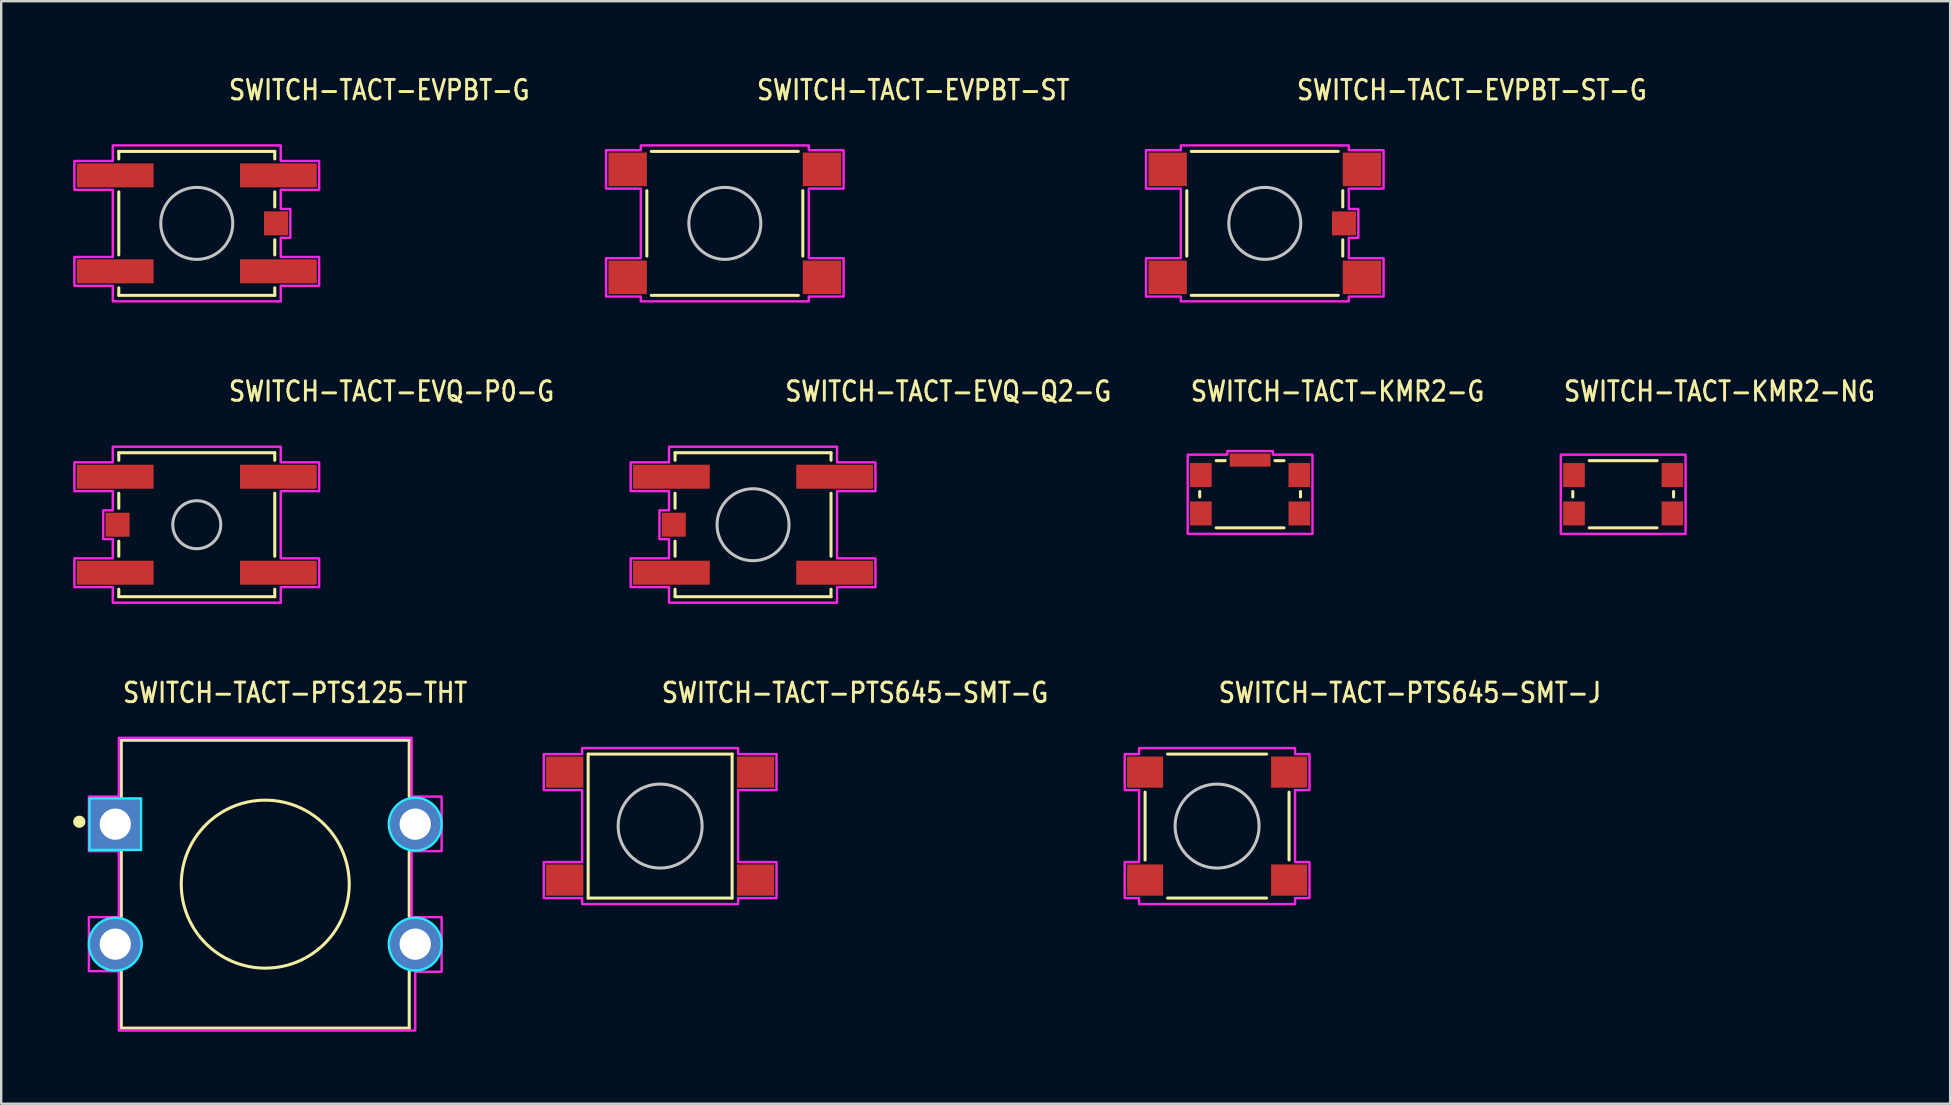
<source format=kicad_pcb>
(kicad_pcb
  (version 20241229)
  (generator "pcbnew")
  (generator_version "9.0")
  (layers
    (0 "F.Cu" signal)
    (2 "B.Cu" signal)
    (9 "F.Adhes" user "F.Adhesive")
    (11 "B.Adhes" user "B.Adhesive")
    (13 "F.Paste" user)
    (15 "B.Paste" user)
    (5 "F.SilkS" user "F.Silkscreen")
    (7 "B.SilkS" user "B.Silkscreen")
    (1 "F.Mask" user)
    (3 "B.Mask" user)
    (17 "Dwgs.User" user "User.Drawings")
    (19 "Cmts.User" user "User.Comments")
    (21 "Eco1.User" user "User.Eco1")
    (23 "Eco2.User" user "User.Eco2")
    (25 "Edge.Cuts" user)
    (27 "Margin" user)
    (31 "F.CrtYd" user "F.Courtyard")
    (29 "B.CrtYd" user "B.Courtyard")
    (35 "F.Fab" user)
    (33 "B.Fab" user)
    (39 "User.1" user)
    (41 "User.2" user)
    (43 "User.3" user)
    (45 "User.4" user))
  (footprint "SWITCH-TACT-PTS645-SMT-G"
    (layer "F.Cu")
    (at 24.46 31.376)
    (property "Reference" "SWITCH-TACT-PTS645-SMT-G" (at 0 -5.08 0) (unlocked yes) (layer "F.SilkS") (effects (font (size 0.813 0.695) (thickness 0.122)) (justify left bottom)))
    (fp_line (start -3 -3) (end -3 3) (stroke (width 0.127) (type solid)) (layer "F.SilkS"))
    (fp_line (start -3 -3) (end 3 -3) (stroke (width 0.127) (type solid)) (layer "F.SilkS"))
    (fp_line (start -3 3) (end 3 3) (stroke (width 0.127) (type solid)) (layer "F.SilkS"))
    (fp_line (start 3 3) (end 3 -3) (stroke (width 0.127) (type solid)) (layer "F.SilkS"))
    (fp_circle (center 0 0) (end 1.75 0) (stroke (width 0.127) (type solid)) (fill no) (layer "Dwgs.User"))
    (fp_poly (pts (xy -4.85 -3) (xy -3.25 -3) (xy -3.25 -3.25) (xy 3.25 -3.25) (xy 3.25 -3) (xy 4.85 -3) (xy 4.85 -1.5) (xy 3.25 -1.5) (xy 3.25 1.5) (xy 4.85 1.5) (xy 4.85 3) (xy 3.25 3) (xy 3.25 3.25) (xy -3.25 3.25) (xy -3.25 3) (xy -4.85 3) (xy -4.85 1.5) (xy -3.25 1.5) (xy -3.25 -1.5) (xy -4.85 -1.5)) (stroke (width 0.1) (type solid)) (fill no) (layer "F.CrtYd"))
    (pad "1" smd rect (at -3.975 -2.25) (size 1.55 1.3) (layers "F.Cu" "F.Mask" "F.Paste"))
    (pad "2" smd rect (at 3.975 -2.25) (size 1.55 1.3) (layers "F.Cu" "F.Mask" "F.Paste"))
    (pad "3" smd rect (at -3.975 2.25) (size 1.55 1.3) (layers "F.Cu" "F.Mask" "F.Paste"))
    (pad "4" smd rect (at 3.975 2.25) (size 1.55 1.3) (layers "F.Cu" "F.Mask" "F.Paste")))
  (footprint "SWITCH-TACT-EVQ-P0-G"
    (layer "F.Cu")
    (at 5.15 18.817)
    (property "Reference" "SWITCH-TACT-EVQ-P0-G" (at 1.27 -5.08 0) (unlocked yes) (layer "F.SilkS") (effects (font (size 0.813 0.695) (thickness 0.122)) (justify left bottom)))
    (fp_line (start -3.25 -3) (end -3.25 -2.687) (stroke (width 0.127) (type solid)) (layer "F.SilkS"))
    (fp_line (start -3.25 -3) (end 3.25 -3) (stroke (width 0.127) (type solid)) (layer "F.SilkS"))
    (fp_line (start -3.25 -1.313) (end -3.25 -0.686) (stroke (width 0.127) (type solid)) (layer "F.SilkS"))
    (fp_line (start -3.25 1.313) (end -3.25 0.686) (stroke (width 0.127) (type solid)) (layer "F.SilkS"))
    (fp_line (start -3.25 3) (end -3.25 2.687) (stroke (width 0.127) (type solid)) (layer "F.SilkS"))
    (fp_line (start 3.25 -3) (end 3.25 -2.687) (stroke (width 0.127) (type solid)) (layer "F.SilkS"))
    (fp_line (start 3.25 -1.313) (end 3.25 1.313) (stroke (width 0.127) (type solid)) (layer "F.SilkS"))
    (fp_line (start 3.25 3) (end -3.25 3) (stroke (width 0.127) (type solid)) (layer "F.SilkS"))
    (fp_line (start 3.25 3) (end 3.25 2.687) (stroke (width 0.127) (type solid)) (layer "F.SilkS"))
    (fp_circle (center 0 0) (end 1 0) (stroke (width 0.127) (type solid)) (fill no) (layer "Dwgs.User"))
    (fp_poly (pts (xy -5.1 -2.6) (xy -3.5 -2.6) (xy -3.5 -3.25) (xy 3.5 -3.25) (xy 3.5 -2.6) (xy 5.1 -2.6) (xy 5.1 -1.4) (xy 3.5 -1.4) (xy 3.5 1.4) (xy 5.1 1.4) (xy 5.1 2.6) (xy 3.5 2.6) (xy 3.5 3.25) (xy -3.5 3.25) (xy -3.5 2.6) (xy -5.1 2.6) (xy -5.1 1.4) (xy -3.5 1.4) (xy -3.5 0.6) (xy -3.9 0.6) (xy -3.9 -0.6) (xy -3.5 -0.6) (xy -3.5 -1.4) (xy -5.1 -1.4)) (stroke (width 0.1) (type solid)) (fill no) (layer "F.CrtYd"))
    (pad "A" smd rect (at 3.4 2) (size 3.2 1) (layers "F.Cu" "F.Mask" "F.Paste"))
    (pad "A'" smd rect (at -3.4 2) (size 3.2 1) (layers "F.Cu" "F.Mask" "F.Paste"))
    (pad "B" smd rect (at 3.4 -2) (size 3.2 1) (layers "F.Cu" "F.Mask" "F.Paste"))
    (pad "B'" smd rect (at -3.4 -2) (size 3.2 1) (layers "F.Cu" "F.Mask" "F.Paste"))
    (pad "SHELL" smd rect (at -3.3 0) (size 1 1) (layers "F.Cu" "F.Mask" "F.Paste")))
  (footprint "SWITCH-TACT-EVPBT-G"
    (layer "F.Cu")
    (at 5.15 6.259)
    (property "Reference" "SWITCH-TACT-EVPBT-G" (at 1.27 -5.08 0) (unlocked yes) (layer "F.SilkS") (effects (font (size 0.813 0.695) (thickness 0.122)) (justify left bottom)))
    (fp_line (start -3.25 -3) (end -3.25 -2.687) (stroke (width 0.127) (type solid)) (layer "F.SilkS"))
    (fp_line (start -3.25 -3) (end 3.25 -3) (stroke (width 0.127) (type solid)) (layer "F.SilkS"))
    (fp_line (start -3.25 -1.313) (end -3.25 1.313) (stroke (width 0.127) (type solid)) (layer "F.SilkS"))
    (fp_line (start -3.25 3) (end -3.25 2.687) (stroke (width 0.127) (type solid)) (layer "F.SilkS"))
    (fp_line (start 3.25 -3) (end 3.25 -2.687) (stroke (width 0.127) (type solid)) (layer "F.SilkS"))
    (fp_line (start 3.25 -1.313) (end 3.25 -0.686) (stroke (width 0.127) (type solid)) (layer "F.SilkS"))
    (fp_line (start 3.25 1.313) (end 3.25 0.686) (stroke (width 0.127) (type solid)) (layer "F.SilkS"))
    (fp_line (start 3.25 3) (end -3.25 3) (stroke (width 0.127) (type solid)) (layer "F.SilkS"))
    (fp_line (start 3.25 3) (end 3.25 2.687) (stroke (width 0.127) (type solid)) (layer "F.SilkS"))
    (fp_circle (center 0 0) (end 1.5 0) (stroke (width 0.127) (type solid)) (fill no) (layer "Dwgs.User"))
    (fp_poly (pts (xy -5.1 -2.6) (xy -3.5 -2.6) (xy -3.5 -3.25) (xy 3.5 -3.25) (xy 3.5 -2.6) (xy 5.1 -2.6) (xy 5.1 -1.4) (xy 3.5 -1.4) (xy 3.5 -0.6) (xy 3.9 -0.6) (xy 3.9 0.6) (xy 3.5 0.6) (xy 3.5 1.4) (xy 5.1 1.4) (xy 5.1 2.6) (xy 3.5 2.6) (xy 3.5 3.25) (xy -3.5 3.25) (xy -3.5 2.6) (xy -5.1 2.6) (xy -5.1 1.4) (xy -3.5 1.4) (xy -3.5 -1.4) (xy -5.1 -1.4)) (stroke (width 0.1) (type solid)) (fill no) (layer "F.CrtYd"))
    (pad "A" smd rect (at 3.4 2) (size 3.2 1) (layers "F.Cu" "F.Mask" "F.Paste"))
    (pad "A'" smd rect (at -3.4 2) (size 3.2 1) (layers "F.Cu" "F.Mask" "F.Paste"))
    (pad "B" smd rect (at 3.4 -2) (size 3.2 1) (layers "F.Cu" "F.Mask" "F.Paste"))
    (pad "B'" smd rect (at -3.4 -2) (size 3.2 1) (layers "F.Cu" "F.Mask" "F.Paste"))
    (pad "SHELL" smd rect (at 3.3 0) (size 1 1) (layers "F.Cu" "F.Mask" "F.Paste")))
  (footprint "SWITCH-TACT-PTS125-THT"
    (layer "F.Cu")
    (at 8.004 33.796)
    (property "Reference" "SWITCH-TACT-PTS125-THT" (at -6 -7.5 0) (unlocked yes) (layer "F.SilkS") (effects (font (size 0.813 0.695) (thickness 0.122)) (justify left bottom)))
    (fp_line (start -6 -6) (end 6 -6) (stroke (width 0.127) (type solid)) (layer "F.SilkS"))
    (fp_line (start -6 -3.65) (end -6 -6) (stroke (width 0.127) (type solid)) (layer "F.SilkS"))
    (fp_line (start -6 1.35) (end -6 -1.35) (stroke (width 0.127) (type solid)) (layer "F.SilkS"))
    (fp_line (start -6 6) (end -6 3.634) (stroke (width 0.127) (type solid)) (layer "F.SilkS"))
    (fp_line (start 6 -6) (end 6 -3.65) (stroke (width 0.127) (type solid)) (layer "F.SilkS"))
    (fp_line (start 6 -1.35) (end 6 1.35) (stroke (width 0.127) (type solid)) (layer "F.SilkS"))
    (fp_line (start 6 3.65) (end 6 6) (stroke (width 0.127) (type solid)) (layer "F.SilkS"))
    (fp_line (start 6 6) (end -6 6) (stroke (width 0.127) (type solid)) (layer "F.SilkS"))
    (fp_circle (center -7.75 -2.6) (end -7.496 -2.6) (stroke (width 0) (type solid)) (fill yes) (layer "F.SilkS"))
    (fp_circle (center 0 0) (end 3.5 0) (stroke (width 0.127) (type solid)) (fill no) (layer "F.SilkS"))
    (fp_circle (center -6.25 2.5) (end -5.15 2.5) (stroke (width 0.1) (type solid)) (fill no) (layer "B.CrtYd"))
    (fp_circle (center 6.25 -2.5) (end 7.35 -2.5) (stroke (width 0.1) (type solid)) (fill no) (layer "B.CrtYd"))
    (fp_circle (center 6.25 2.5) (end 7.35 2.5) (stroke (width 0.1) (type solid)) (fill no) (layer "B.CrtYd"))
    (fp_poly (pts (xy -7.325 -3.575) (xy -5.175 -3.575) (xy -5.175 -1.425) (xy -7.325 -1.425)) (stroke (width 0.1) (type solid)) (fill no) (layer "B.CrtYd"))
    (fp_poly (pts (xy -7.35 -3.65) (xy -6.1 -3.65) (xy -6.1 -6.1) (xy 6.1 -6.1) (xy 6.1 -3.65) (xy 7.35 -3.65) (xy 7.35 -1.375) (xy 6.1 -1.375) (xy 6.1 1.375) (xy 7.35 1.375) (xy 7.35 3.65) (xy 6.25 3.65) (xy 6.25 6.1) (xy -6.1 6.1) (xy -6.1 3.625) (xy -7.35 3.625) (xy -7.35 1.375) (xy -6.1 1.375) (xy -6.1 -1.375) (xy -7.35 -1.375)) (stroke (width 0.1) (type solid)) (fill no) (layer "F.CrtYd"))
    (pad "1" thru_hole rect (at -6.25 -2.5) (size 2.167 2.167) (drill 1.3) (layers "*.Cu" "*.Mask"))
    (pad "2" thru_hole oval (at 6.25 -2.5) (size 2.167 2.167) (drill 1.3) (layers "*.Cu" "*.Mask"))
    (pad "3" thru_hole oval (at -6.25 2.5) (size 2.167 2.167) (drill 1.3) (layers "*.Cu" "*.Mask"))
    (pad "4" thru_hole oval (at 6.25 2.5) (size 2.167 2.167) (drill 1.3) (layers "*.Cu" "*.Mask")))
  (footprint "SWITCH-TACT-PTS645-SMT-J"
    (layer "F.Cu")
    (at 47.67 31.376)
    (property "Reference" "SWITCH-TACT-PTS645-SMT-J" (at 0 -5.08 0) (unlocked yes) (layer "F.SilkS") (effects (font (size 0.813 0.695) (thickness 0.122)) (justify left bottom)))
    (fp_line (start -3 -1.413) (end -3 1.413) (stroke (width 0.127) (type solid)) (layer "F.SilkS"))
    (fp_line (start -2.063 -3) (end 2.063 -3) (stroke (width 0.127) (type solid)) (layer "F.SilkS"))
    (fp_line (start -2.063 3) (end 2.063 3) (stroke (width 0.127) (type solid)) (layer "F.SilkS"))
    (fp_line (start 3 -1.413) (end 3 1.413) (stroke (width 0.127) (type solid)) (layer "F.SilkS"))
    (fp_circle (center 0 0) (end 1.75 0) (stroke (width 0.127) (type solid)) (fill no) (layer "Dwgs.User"))
    (fp_poly (pts (xy -3.85 -3) (xy -3.25 -3) (xy -3.25 -3.25) (xy 3.25 -3.25) (xy 3.25 -3) (xy 3.85 -3) (xy 3.85 -1.5) (xy 3.25 -1.5) (xy 3.25 1.5) (xy 3.85 1.5) (xy 3.85 3) (xy 3.25 3) (xy 3.25 3.25) (xy -3.25 3.25) (xy -3.25 3) (xy -3.85 3) (xy -3.85 1.5) (xy -3.25 1.5) (xy -3.25 -1.5) (xy -3.85 -1.5)) (stroke (width 0.1) (type solid)) (fill no) (layer "F.CrtYd"))
    (pad "A" smd rect (at -3 -2.25) (size 1.5 1.3) (layers "F.Cu" "F.Mask" "F.Paste"))
    (pad "B" smd rect (at 3 -2.25) (size 1.5 1.3) (layers "F.Cu" "F.Mask" "F.Paste"))
    (pad "C" smd rect (at -3 2.25) (size 1.5 1.3) (layers "F.Cu" "F.Mask" "F.Paste"))
    (pad "D" smd rect (at 3 2.25) (size 1.5 1.3) (layers "F.Cu" "F.Mask" "F.Paste")))
  (footprint "SWITCH-TACT-EVPBT-ST"
    (layer "F.Cu")
    (at 27.156 6.259)
    (property "Reference" "SWITCH-TACT-EVPBT-ST" (at 1.27 -5.08 0) (unlocked yes) (layer "F.SilkS") (effects (font (size 0.813 0.695) (thickness 0.122)) (justify left bottom)))
    (fp_line (start -3.25 -1.363) (end -3.25 1.363) (stroke (width 0.127) (type solid)) (layer "F.SilkS"))
    (fp_line (start -3.063 -3) (end 3.063 -3) (stroke (width 0.127) (type solid)) (layer "F.SilkS"))
    (fp_line (start 3.063 3) (end -3.063 3) (stroke (width 0.127) (type solid)) (layer "F.SilkS"))
    (fp_line (start 3.25 -1.363) (end 3.25 1.363) (stroke (width 0.127) (type solid)) (layer "F.SilkS"))
    (fp_circle (center 0 0) (end 1.5 0) (stroke (width 0.127) (type solid)) (fill no) (layer "Dwgs.User"))
    (fp_poly (pts (xy -4.95 -3.05) (xy -3.5 -3.05) (xy -3.5 -3.25) (xy 3.5 -3.25) (xy 3.5 -3.05) (xy 4.95 -3.05) (xy 4.95 -1.45) (xy 3.5 -1.45) (xy 3.5 1.45) (xy 4.95 1.45) (xy 4.95 3.05) (xy 3.5 3.05) (xy 3.5 3.25) (xy -3.5 3.25) (xy -3.5 3.05) (xy -4.95 3.05) (xy -4.95 1.45) (xy -3.5 1.45) (xy -3.5 -1.45) (xy -4.95 -1.45)) (stroke (width 0.1) (type solid)) (fill no) (layer "F.CrtYd"))
    (pad "A" smd rect (at 4.05 2.25) (size 1.6 1.4) (layers "F.Cu" "F.Mask" "F.Paste"))
    (pad "A'" smd rect (at -4.05 2.25) (size 1.6 1.4) (layers "F.Cu" "F.Mask" "F.Paste"))
    (pad "B" smd rect (at 4.05 -2.25) (size 1.6 1.4) (layers "F.Cu" "F.Mask" "F.Paste"))
    (pad "B'" smd rect (at -4.05 -2.25) (size 1.6 1.4) (layers "F.Cu" "F.Mask" "F.Paste")))
  (footprint "SWITCH-TACT-KMR2-G"
    (layer "F.Cu")
    (at 49.046 17.547)
    (property "Reference" "SWITCH-TACT-KMR2-G" (at -2.54 -3.81 0) (unlocked yes) (layer "F.SilkS") (effects (font (size 0.813 0.695) (thickness 0.122)) (justify left bottom)))
    (fp_line (start -2.1 -0.114) (end -2.1 0.114) (stroke (width 0.127) (type solid)) (layer "F.SilkS"))
    (fp_line (start -1.413 -1.4) (end -1.036 -1.4) (stroke (width 0.127) (type solid)) (layer "F.SilkS"))
    (fp_line (start 1.036 -1.4) (end 1.413 -1.4) (stroke (width 0.127) (type solid)) (layer "F.SilkS"))
    (fp_line (start 1.413 1.4) (end -1.413 1.4) (stroke (width 0.127) (type solid)) (layer "F.SilkS"))
    (fp_line (start 2.1 -0.114) (end 2.1 0.114) (stroke (width 0.127) (type solid)) (layer "F.SilkS"))
    (fp_poly (pts (xy -2.6 -1.65) (xy -0.95 -1.65) (xy -0.95 -1.8) (xy 0.95 -1.8) (xy 0.95 -1.65) (xy 2.6 -1.65) (xy 2.6 1.65) (xy -2.6 1.65)) (stroke (width 0.1) (type solid)) (fill no) (layer "F.CrtYd"))
    (pad "1" smd rect (at 2.05 -0.8) (size 0.9 1) (layers "F.Cu" "F.Mask" "F.Paste"))
    (pad "2" smd rect (at 2.05 0.8) (size 0.9 1) (layers "F.Cu" "F.Mask" "F.Paste"))
    (pad "3" smd rect (at -2.05 0.8) (size 0.9 1) (layers "F.Cu" "F.Mask" "F.Paste"))
    (pad "4" smd rect (at -2.05 -0.8) (size 0.9 1) (layers "F.Cu" "F.Mask" "F.Paste"))
    (pad "5" smd rect (at 0 -1.425) (size 1.7 0.55) (layers "F.Cu" "F.Mask" "F.Paste")))
  (footprint "SWITCH-TACT-EVQ-Q2-G"
    (layer "F.Cu")
    (at 28.332 18.817)
    (property "Reference" "SWITCH-TACT-EVQ-Q2-G" (at 1.27 -5.08 0) (unlocked yes) (layer "F.SilkS") (effects (font (size 0.813 0.695) (thickness 0.122)) (justify left bottom)))
    (fp_line (start -3.25 -3) (end -3.25 -2.687) (stroke (width 0.127) (type solid)) (layer "F.SilkS"))
    (fp_line (start -3.25 -3) (end 3.25 -3) (stroke (width 0.127) (type solid)) (layer "F.SilkS"))
    (fp_line (start -3.25 -1.313) (end -3.25 -0.686) (stroke (width 0.127) (type solid)) (layer "F.SilkS"))
    (fp_line (start -3.25 1.313) (end -3.25 0.686) (stroke (width 0.127) (type solid)) (layer "F.SilkS"))
    (fp_line (start -3.25 3) (end -3.25 2.687) (stroke (width 0.127) (type solid)) (layer "F.SilkS"))
    (fp_line (start 3.25 -3) (end 3.25 -2.687) (stroke (width 0.127) (type solid)) (layer "F.SilkS"))
    (fp_line (start 3.25 -1.313) (end 3.25 1.313) (stroke (width 0.127) (type solid)) (layer "F.SilkS"))
    (fp_line (start 3.25 3) (end -3.25 3) (stroke (width 0.127) (type solid)) (layer "F.SilkS"))
    (fp_line (start 3.25 3) (end 3.25 2.687) (stroke (width 0.127) (type solid)) (layer "F.SilkS"))
    (fp_circle (center 0 0) (end 1.5 0) (stroke (width 0.127) (type solid)) (fill no) (layer "Dwgs.User"))
    (fp_poly (pts (xy -5.1 -2.6) (xy -3.5 -2.6) (xy -3.5 -3.25) (xy 3.5 -3.25) (xy 3.5 -2.6) (xy 5.1 -2.6) (xy 5.1 -1.4) (xy 3.5 -1.4) (xy 3.5 1.4) (xy 5.1 1.4) (xy 5.1 2.6) (xy 3.5 2.6) (xy 3.5 3.25) (xy -3.5 3.25) (xy -3.5 2.6) (xy -5.1 2.6) (xy -5.1 1.4) (xy -3.5 1.4) (xy -3.5 0.6) (xy -3.9 0.6) (xy -3.9 -0.6) (xy -3.5 -0.6) (xy -3.5 -1.4) (xy -5.1 -1.4)) (stroke (width 0.1) (type solid)) (fill no) (layer "F.CrtYd"))
    (pad "A" smd rect (at 3.4 2) (size 3.2 1) (layers "F.Cu" "F.Mask" "F.Paste"))
    (pad "A'" smd rect (at -3.4 2) (size 3.2 1) (layers "F.Cu" "F.Mask" "F.Paste"))
    (pad "B" smd rect (at 3.4 -2) (size 3.2 1) (layers "F.Cu" "F.Mask" "F.Paste"))
    (pad "B'" smd rect (at -3.4 -2) (size 3.2 1) (layers "F.Cu" "F.Mask" "F.Paste"))
    (pad "SHELL" smd rect (at -3.3 0) (size 1 1) (layers "F.Cu" "F.Mask" "F.Paste")))
  (footprint "SWITCH-TACT-KMR2-NG"
    (layer "F.Cu")
    (at 64.594 17.547)
    (property "Reference" "SWITCH-TACT-KMR2-NG" (at -2.54 -3.81 0) (unlocked yes) (layer "F.SilkS") (effects (font (size 0.813 0.695) (thickness 0.122)) (justify left bottom)))
    (fp_line (start -2.1 -0.114) (end -2.1 0.114) (stroke (width 0.127) (type solid)) (layer "F.SilkS"))
    (fp_line (start -1.413 -1.4) (end 1.413 -1.4) (stroke (width 0.127) (type solid)) (layer "F.SilkS"))
    (fp_line (start 1.413 1.4) (end -1.413 1.4) (stroke (width 0.127) (type solid)) (layer "F.SilkS"))
    (fp_line (start 2.1 -0.114) (end 2.1 0.114) (stroke (width 0.127) (type solid)) (layer "F.SilkS"))
    (fp_poly (pts (xy -2.6 -1.65) (xy 2.6 -1.65) (xy 2.6 1.65) (xy -2.6 1.65)) (stroke (width 0.1) (type solid)) (fill no) (layer "F.CrtYd"))
    (pad "1" smd rect (at 2.05 -0.8) (size 0.9 1) (layers "F.Cu" "F.Mask" "F.Paste"))
    (pad "2" smd rect (at 2.05 0.8) (size 0.9 1) (layers "F.Cu" "F.Mask" "F.Paste"))
    (pad "3" smd rect (at -2.05 0.8) (size 0.9 1) (layers "F.Cu" "F.Mask" "F.Paste"))
    (pad "4" smd rect (at -2.05 -0.8) (size 0.9 1) (layers "F.Cu" "F.Mask" "F.Paste")))
  (footprint "SWITCH-TACT-EVPBT-ST-G"
    (layer "F.Cu")
    (at 49.658 6.259)
    (property "Reference" "SWITCH-TACT-EVPBT-ST-G" (at 1.27 -5.08 0) (unlocked yes) (layer "F.SilkS") (effects (font (size 0.813 0.695) (thickness 0.122)) (justify left bottom)))
    (fp_line (start -3.25 -1.363) (end -3.25 1.363) (stroke (width 0.127) (type solid)) (layer "F.SilkS"))
    (fp_line (start -3.063 -3) (end 3.063 -3) (stroke (width 0.127) (type solid)) (layer "F.SilkS"))
    (fp_line (start 3.063 3) (end -3.063 3) (stroke (width 0.127) (type solid)) (layer "F.SilkS"))
    (fp_line (start 3.25 -1.363) (end 3.25 -0.686) (stroke (width 0.127) (type solid)) (layer "F.SilkS"))
    (fp_line (start 3.25 0.686) (end 3.25 1.363) (stroke (width 0.127) (type solid)) (layer "F.SilkS"))
    (fp_circle (center 0 0) (end 1.5 0) (stroke (width 0.127) (type solid)) (fill no) (layer "Dwgs.User"))
    (fp_poly (pts (xy -4.95 -3.05) (xy -3.5 -3.05) (xy -3.5 -3.25) (xy 3.5 -3.25) (xy 3.5 -3.05) (xy 4.95 -3.05) (xy 4.95 -1.45) (xy 3.5 -1.45) (xy 3.5 -0.6) (xy 3.9 -0.6) (xy 3.9 0.6) (xy 3.5 0.6) (xy 3.5 1.45) (xy 4.95 1.45) (xy 4.95 3.05) (xy 3.5 3.05) (xy 3.5 3.25) (xy -3.5 3.25) (xy -3.5 3.05) (xy -4.95 3.05) (xy -4.95 1.45) (xy -3.5 1.45) (xy -3.5 -1.45) (xy -4.95 -1.45)) (stroke (width 0.1) (type solid)) (fill no) (layer "F.CrtYd"))
    (pad "A" smd rect (at 4.05 2.25) (size 1.6 1.4) (layers "F.Cu" "F.Mask" "F.Paste"))
    (pad "A'" smd rect (at -4.05 2.25) (size 1.6 1.4) (layers "F.Cu" "F.Mask" "F.Paste"))
    (pad "B" smd rect (at 4.05 -2.25) (size 1.6 1.4) (layers "F.Cu" "F.Mask" "F.Paste"))
    (pad "B'" smd rect (at -4.05 -2.25) (size 1.6 1.4) (layers "F.Cu" "F.Mask" "F.Paste"))
    (pad "SHELL" smd rect (at 3.3 0) (size 1 1) (layers "F.Cu" "F.Mask" "F.Paste")))
  (gr_rect
    (start -3 -3)
    (end 78.22 42.946)
    (stroke (width 0.1) (type default))
    (fill no)
    (layer "Edge.Cuts")))
</source>
